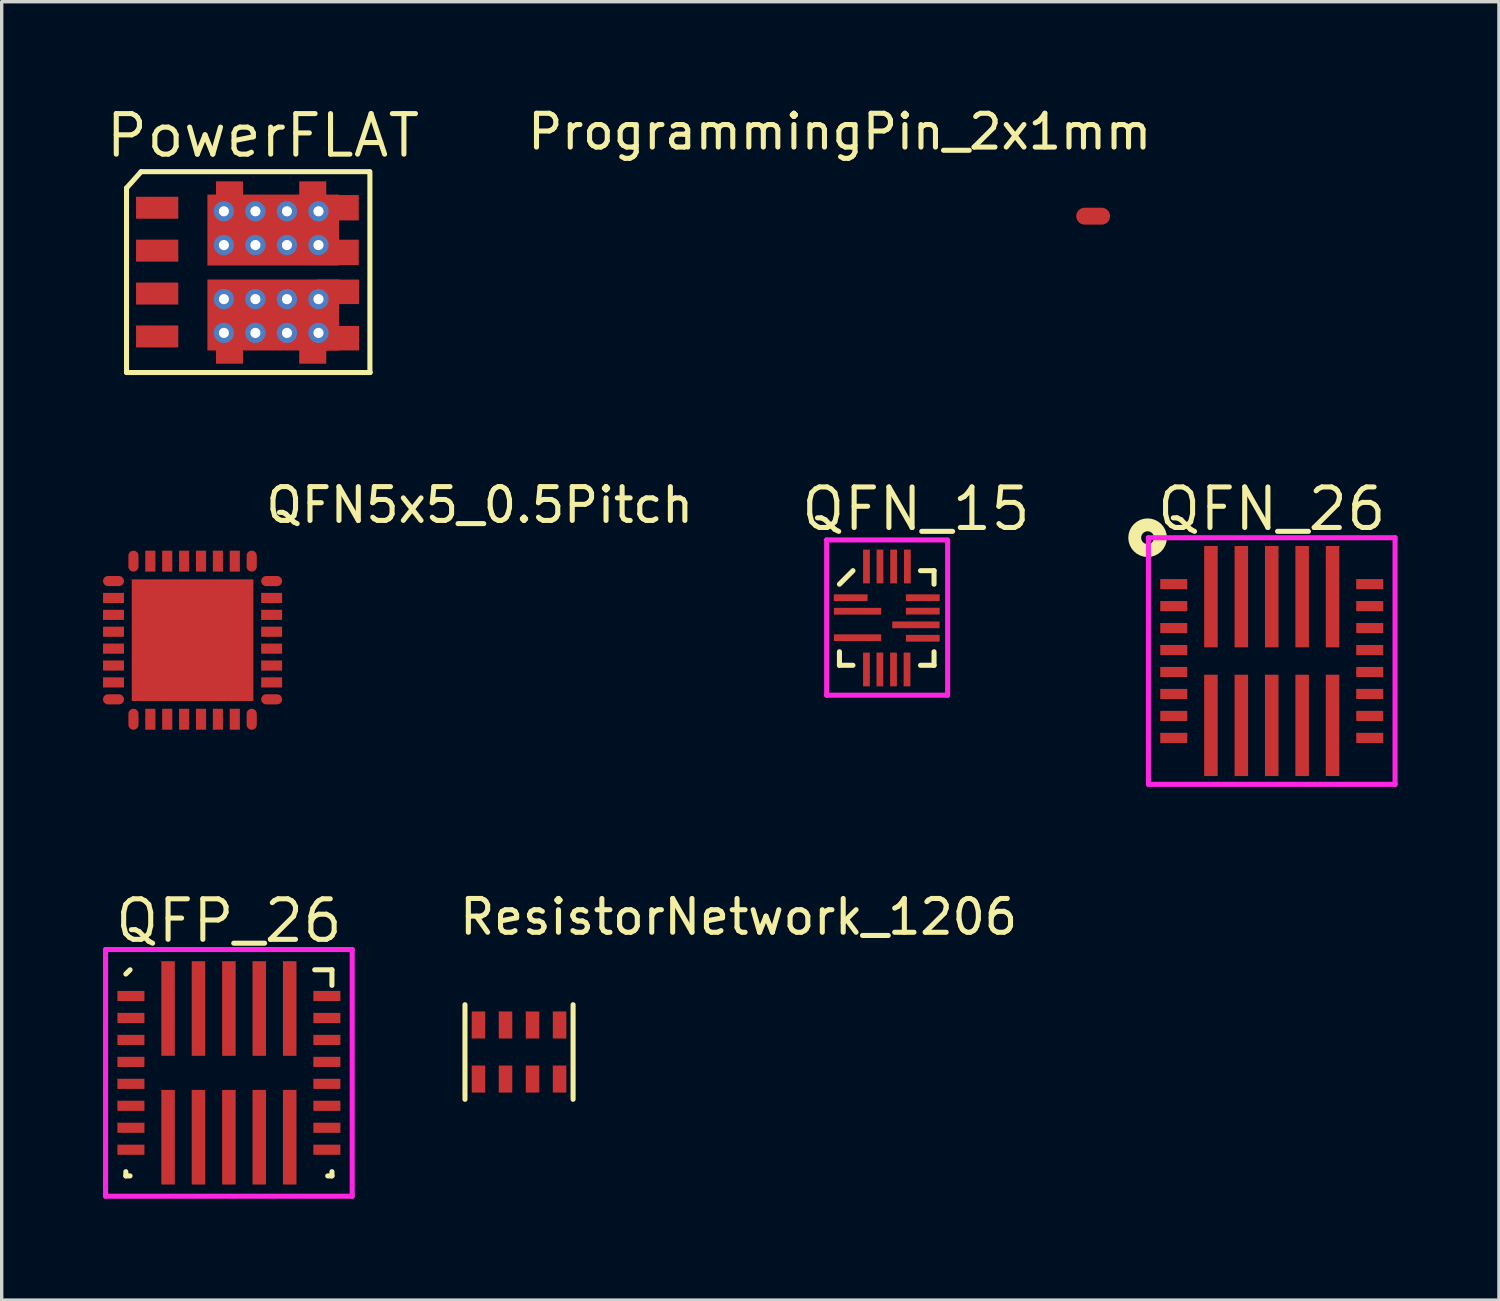
<source format=kicad_pcb>
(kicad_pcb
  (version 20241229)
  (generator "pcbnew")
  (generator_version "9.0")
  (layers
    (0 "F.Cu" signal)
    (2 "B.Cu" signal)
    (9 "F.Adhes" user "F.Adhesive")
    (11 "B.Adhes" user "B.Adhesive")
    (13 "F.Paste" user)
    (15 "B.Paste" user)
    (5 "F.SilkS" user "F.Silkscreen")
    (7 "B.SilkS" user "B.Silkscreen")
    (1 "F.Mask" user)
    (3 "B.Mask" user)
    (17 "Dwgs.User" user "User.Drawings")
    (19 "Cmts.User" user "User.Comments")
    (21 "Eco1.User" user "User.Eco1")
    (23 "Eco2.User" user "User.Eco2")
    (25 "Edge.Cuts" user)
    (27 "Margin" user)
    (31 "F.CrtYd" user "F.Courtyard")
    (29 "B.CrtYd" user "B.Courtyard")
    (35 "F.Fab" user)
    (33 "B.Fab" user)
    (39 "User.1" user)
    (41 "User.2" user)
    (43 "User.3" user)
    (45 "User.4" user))
  (footprint "QFN_26"
    (layer "F.Cu")
    (at 34.593 16.516)
    (property "Reference" "QFN_26" (at 0 -4.5 0) (layer "F.SilkS") (effects (font (size 1.2 1.2) (thickness 0.15))))
    (attr through_hole)
    (fp_circle (center -3.675 -3.65) (end -3.5 -3.575) (stroke (width 0.381) (type solid)) (fill no) (layer "F.SilkS"))
    (fp_line (start -3.65 -3.65) (end 3.65 -3.65) (stroke (width 0.15) (type solid)) (layer "F.CrtYd"))
    (fp_line (start -3.65 3.65) (end -3.65 -3.65) (stroke (width 0.15) (type solid)) (layer "F.CrtYd"))
    (fp_line (start 3.65 -3.65) (end 3.65 3.65) (stroke (width 0.15) (type solid)) (layer "F.CrtYd"))
    (fp_line (start 3.65 3.65) (end -3.65 3.65) (stroke (width 0.15) (type solid)) (layer "F.CrtYd"))
    (pad "1" smd rect (at -2.9 -2.275 90) (size 0.3 0.8) (layers "F.Cu" "F.Mask" "F.Paste"))
    (pad "2" smd rect (at -2.9 -1.625 90) (size 0.3 0.8) (layers "F.Cu" "F.Mask" "F.Paste"))
    (pad "3" smd rect (at -2.9 -0.975 90) (size 0.3 0.8) (layers "F.Cu" "F.Mask" "F.Paste"))
    (pad "4" smd rect (at -2.9 -0.325 90) (size 0.3 0.8) (layers "F.Cu" "F.Mask" "F.Paste"))
    (pad "5" smd rect (at -2.9 0.325 90) (size 0.3 0.8) (layers "F.Cu" "F.Mask" "F.Paste"))
    (pad "6" smd rect (at -2.9 0.975 90) (size 0.3 0.8) (layers "F.Cu" "F.Mask" "F.Paste"))
    (pad "7" smd rect (at -2.9 1.625 90) (size 0.3 0.8) (layers "F.Cu" "F.Mask" "F.Paste"))
    (pad "8" smd rect (at -2.9 2.275 90) (size 0.3 0.8) (layers "F.Cu" "F.Mask" "F.Paste"))
    (pad "9" smd rect (at -1.8 1.905) (size 0.4 3) (layers "F.Cu" "F.Mask" "F.Paste"))
    (pad "10" smd rect (at -0.9 1.905) (size 0.4 3) (layers "F.Cu" "F.Mask" "F.Paste"))
    (pad "11" smd rect (at 0 1.905) (size 0.4 3) (layers "F.Cu" "F.Mask" "F.Paste"))
    (pad "12" smd rect (at 0.9 1.905) (size 0.4 3) (layers "F.Cu" "F.Mask" "F.Paste"))
    (pad "13" smd rect (at 1.8 1.905) (size 0.4 3) (layers "F.Cu" "F.Mask" "F.Paste"))
    (pad "14" smd rect (at 2.9 2.275 90) (size 0.3 0.8) (layers "F.Cu" "F.Mask" "F.Paste"))
    (pad "15" smd rect (at 2.9 1.625 90) (size 0.3 0.8) (layers "F.Cu" "F.Mask" "F.Paste"))
    (pad "16" smd rect (at 2.9 0.975 90) (size 0.3 0.8) (layers "F.Cu" "F.Mask" "F.Paste"))
    (pad "17" smd rect (at 2.9 0.325 90) (size 0.3 0.8) (layers "F.Cu" "F.Mask" "F.Paste"))
    (pad "18" smd rect (at 2.9 -0.325 90) (size 0.3 0.8) (layers "F.Cu" "F.Mask" "F.Paste"))
    (pad "19" smd rect (at 2.9 -0.975 90) (size 0.3 0.8) (layers "F.Cu" "F.Mask" "F.Paste"))
    (pad "20" smd rect (at 2.9 -1.625 90) (size 0.3 0.8) (layers "F.Cu" "F.Mask" "F.Paste"))
    (pad "21" smd rect (at 2.9 -2.275 90) (size 0.3 0.8) (layers "F.Cu" "F.Mask" "F.Paste"))
    (pad "22" smd rect (at 1.8 -1.905) (size 0.4 3) (layers "F.Cu" "F.Mask" "F.Paste"))
    (pad "23" smd rect (at 0.9 -1.905) (size 0.4 3) (layers "F.Cu" "F.Mask" "F.Paste"))
    (pad "24" smd rect (at 0 -1.905) (size 0.4 3) (layers "F.Cu" "F.Mask" "F.Paste"))
    (pad "25" smd rect (at -0.9 -1.905) (size 0.4 3) (layers "F.Cu" "F.Mask" "F.Paste"))
    (pad "26" smd rect (at -1.8 -1.905) (size 0.4 3) (layers "F.Cu" "F.Mask" "F.Paste")))
  (footprint "QFN_15"
    (layer "F.Cu")
    (at 23.197 15.242)
    (property "Reference" "QFN_15" (at 0.864 -3.226 0) (layer "F.SilkS") (effects (font (size 1.2 1.2) (thickness 0.15))))
    (attr through_hole)
    (fp_line (start -1.4 -1) (end -1 -1.4) (stroke (width 0.15) (type solid)) (layer "F.SilkS"))
    (fp_line (start -1.4 1.4) (end -1.4 1) (stroke (width 0.15) (type solid)) (layer "F.SilkS"))
    (fp_line (start -1 1.4) (end -1.4 1.4) (stroke (width 0.15) (type solid)) (layer "F.SilkS"))
    (fp_line (start 1 -1.4) (end 1.4 -1.4) (stroke (width 0.15) (type solid)) (layer "F.SilkS"))
    (fp_line (start 1 1.4) (end 1.4 1.4) (stroke (width 0.15) (type solid)) (layer "F.SilkS"))
    (fp_line (start 1.4 -1.4) (end 1.4 -1) (stroke (width 0.15) (type solid)) (layer "F.SilkS"))
    (fp_line (start 1.4 1.4) (end 1.4 1) (stroke (width 0.15) (type solid)) (layer "F.SilkS"))
    (fp_line (start -1.778 -2.311) (end 1.803 -2.311) (stroke (width 0.15) (type solid)) (layer "F.CrtYd"))
    (fp_line (start -1.778 2.286) (end -1.778 -2.311) (stroke (width 0.15) (type solid)) (layer "F.CrtYd"))
    (fp_line (start 1.803 -2.286) (end 1.803 2.286) (stroke (width 0.15) (type solid)) (layer "F.CrtYd"))
    (fp_line (start 1.803 2.286) (end -1.778 2.286) (stroke (width 0.15) (type solid)) (layer "F.CrtYd"))
    (pad "1" smd rect (at -1.067 -0.6 90) (size 0.2 1) (layers "F.Cu" "F.Mask" "F.Paste"))
    (pad "2" smd rect (at -0.864 -0.2 90) (size 0.2 1.4) (layers "F.Cu" "F.Mask" "F.Paste"))
    (pad "3" smd rect (at -0.864 0.584 90) (size 0.2 1.4) (layers "F.Cu" "F.Mask" "F.Paste"))
    (pad "4" smd rect (at -0.6 1.524) (size 0.2 1) (layers "F.Cu" "F.Mask" "F.Paste"))
    (pad "5" smd rect (at -0.203 1.524) (size 0.2 1) (layers "F.Cu" "F.Mask" "F.Paste"))
    (pad "6" smd rect (at 0.2 1.524) (size 0.2 1) (layers "F.Cu" "F.Mask" "F.Paste"))
    (pad "7" smd rect (at 0.6 1.524) (size 0.2 1) (layers "F.Cu" "F.Mask" "F.Paste"))
    (pad "8" smd rect (at 1.067 0.6 90) (size 0.2 1) (layers "F.Cu" "F.Mask" "F.Paste"))
    (pad "9" smd rect (at 0.864 0.203 90) (size 0.2 1.4) (layers "F.Cu" "F.Mask" "F.Paste"))
    (pad "10" smd rect (at 1.067 -0.203 90) (size 0.2 1) (layers "F.Cu" "F.Mask" "F.Paste"))
    (pad "11" smd rect (at 1.067 -0.6 90) (size 0.2 1) (layers "F.Cu" "F.Mask" "F.Paste"))
    (pad "12" smd rect (at 0.61 -1.524) (size 0.2 1) (layers "F.Cu" "F.Mask" "F.Paste"))
    (pad "13" smd rect (at 0.203 -1.524) (size 0.2 1) (layers "F.Cu" "F.Mask" "F.Paste"))
    (pad "14" smd rect (at -0.2 -1.524) (size 0.2 1) (layers "F.Cu" "F.Mask" "F.Paste"))
    (pad "15" smd rect (at -0.6 -1.524) (size 0.2 1) (layers "F.Cu" "F.Mask" "F.Paste")))
  (footprint "QFN5x5_0.5Pitch"
    (layer "F.Cu")
    (at 2.65 15.899)
    (property "Reference" "QFN5x5_0.5Pitch" (at 8.5 -4 0) (layer "F.SilkS") (effects (font (size 1 1) (thickness 0.15))))
    (attr through_hole)
    (pad "1" smd oval (at -2.34 -1.75 270) (size 0.3 0.62) (layers "F.Cu" "F.Mask" "F.Paste"))
    (pad "2" smd rect (at -2.34 -1.25 270) (size 0.3 0.62) (layers "F.Cu" "F.Mask" "F.Paste"))
    (pad "3" smd rect (at -2.34 -0.75 270) (size 0.3 0.62) (layers "F.Cu" "F.Mask" "F.Paste"))
    (pad "4" smd rect (at -2.34 -0.25 270) (size 0.3 0.62) (layers "F.Cu" "F.Mask" "F.Paste"))
    (pad "5" smd rect (at -2.34 0.25 270) (size 0.3 0.62) (layers "F.Cu" "F.Mask" "F.Paste"))
    (pad "6" smd rect (at -2.34 0.75 270) (size 0.3 0.62) (layers "F.Cu" "F.Mask" "F.Paste"))
    (pad "7" smd rect (at -2.34 1.25 270) (size 0.3 0.62) (layers "F.Cu" "F.Mask" "F.Paste"))
    (pad "8" smd oval (at -2.34 1.75 270) (size 0.3 0.62) (layers "F.Cu" "F.Mask" "F.Paste"))
    (pad "9" smd oval (at -1.75 2.34) (size 0.3 0.62) (layers "F.Cu" "F.Mask" "F.Paste"))
    (pad "10" smd rect (at -1.25 2.34) (size 0.3 0.62) (layers "F.Cu" "F.Mask" "F.Paste"))
    (pad "11" smd rect (at -0.75 2.34) (size 0.3 0.62) (layers "F.Cu" "F.Mask" "F.Paste"))
    (pad "12" smd rect (at -0.25 2.34) (size 0.3 0.62) (layers "F.Cu" "F.Mask" "F.Paste"))
    (pad "13" smd rect (at 0.25 2.34) (size 0.3 0.62) (layers "F.Cu" "F.Mask" "F.Paste"))
    (pad "14" smd rect (at 0.75 2.34) (size 0.3 0.62) (layers "F.Cu" "F.Mask" "F.Paste"))
    (pad "15" smd rect (at 1.25 2.34) (size 0.3 0.62) (layers "F.Cu" "F.Mask" "F.Paste"))
    (pad "16" smd oval (at 1.75 2.34) (size 0.3 0.62) (layers "F.Cu" "F.Mask" "F.Paste"))
    (pad "17" smd oval (at 2.34 1.75 90) (size 0.3 0.62) (layers "F.Cu" "F.Mask" "F.Paste"))
    (pad "18" smd rect (at 2.34 1.25 90) (size 0.3 0.62) (layers "F.Cu" "F.Mask" "F.Paste"))
    (pad "19" smd rect (at 2.34 0.75 90) (size 0.3 0.62) (layers "F.Cu" "F.Mask" "F.Paste"))
    (pad "20" smd rect (at 2.34 0.25 90) (size 0.3 0.62) (layers "F.Cu" "F.Mask" "F.Paste"))
    (pad "21" smd rect (at 2.34 -0.25 90) (size 0.3 0.62) (layers "F.Cu" "F.Mask" "F.Paste"))
    (pad "22" smd rect (at 2.34 -0.75 90) (size 0.3 0.62) (layers "F.Cu" "F.Mask" "F.Paste"))
    (pad "23" smd rect (at 2.34 -1.25 90) (size 0.3 0.62) (layers "F.Cu" "F.Mask" "F.Paste"))
    (pad "24" smd oval (at 2.34 -1.75 90) (size 0.3 0.62) (layers "F.Cu" "F.Mask" "F.Paste"))
    (pad "25" smd oval (at 1.75 -2.34) (size 0.3 0.62) (layers "F.Cu" "F.Mask" "F.Paste"))
    (pad "26" smd rect (at 1.25 -2.34) (size 0.3 0.62) (layers "F.Cu" "F.Mask" "F.Paste"))
    (pad "27" smd rect (at 0.75 -2.34) (size 0.3 0.62) (layers "F.Cu" "F.Mask" "F.Paste"))
    (pad "28" smd rect (at 0.25 -2.34) (size 0.3 0.62) (layers "F.Cu" "F.Mask" "F.Paste"))
    (pad "29" smd rect (at -0.25 -2.34) (size 0.3 0.62) (layers "F.Cu" "F.Mask" "F.Paste"))
    (pad "30" smd rect (at -0.75 -2.34) (size 0.3 0.62) (layers "F.Cu" "F.Mask" "F.Paste"))
    (pad "31" smd rect (at -1.25 -2.34) (size 0.3 0.62) (layers "F.Cu" "F.Mask" "F.Paste"))
    (pad "32" smd oval (at -1.75 -2.34) (size 0.3 0.62) (layers "F.Cu" "F.Mask" "F.Paste"))
    (pad "33" smd rect (at 0 0) (size 3.6 3.6) (layers "F.Cu" "F.Mask" "F.Paste")))
  (footprint "PowerFLAT"
    (layer "F.Cu")
    (at 5.877 5.004)
    (property "Reference" "PowerFLAT" (at -1.143 -4.039 0) (layer "F.SilkS") (effects (font (size 1.2 1.2) (thickness 0.15))))
    (attr through_hole)
    (fp_line (start -5.182 2.972) (end 2.032 2.972) (stroke (width 0.15) (type solid)) (layer "F.SilkS"))
    (fp_line (start -5.182 -2.489) (end -5.182 2.972) (stroke (width 0.15) (type solid)) (layer "F.SilkS"))
    (fp_line (start -4.75 -2.972) (end -5.182 -2.489) (stroke (width 0.15) (type solid)) (layer "F.SilkS"))
    (fp_line (start 2.007 -2.972) (end -4.75 -2.972) (stroke (width 0.15) (type solid)) (layer "F.SilkS"))
    (fp_line (start 2.022 2.972) (end 2.022 -2.972) (stroke (width 0.15) (type solid)) (layer "F.SilkS"))
    (pad "1" smd rect (at -4.275 -1.905 270) (size 0.65 1.25) (layers "F.Cu" "F.Mask" "F.Paste"))
    (pad "2" smd rect (at -4.275 -0.635 270) (size 0.65 1.25) (layers "F.Cu" "F.Mask" "F.Paste"))
    (pad "3" smd rect (at -4.275 0.635 270) (size 0.65 1.25) (layers "F.Cu" "F.Mask" "F.Paste"))
    (pad "4" smd rect (at -4.275 1.905 270) (size 0.65 1.25) (layers "F.Cu" "F.Mask" "F.Paste"))
    (pad "5" thru_hole circle (at -2.3 0.8) (size 0.6 0.6) (drill 0.3) (layers "*.Cu" "*.Mask"))
    (pad "5" thru_hole circle (at -2.3 1.8) (size 0.6 0.6) (drill 0.3) (layers "*.Cu" "*.Mask"))
    (pad "5" smd rect (at -2.134 2.311 270) (size 0.8 0.8) (layers "F.Cu" "F.Mask"))
    (pad "5" thru_hole circle (at -1.367 0.8) (size 0.6 0.6) (drill 0.3) (layers "*.Cu" "*.Mask"))
    (pad "5" thru_hole circle (at -1.367 1.8) (size 0.6 0.6) (drill 0.3) (layers "*.Cu" "*.Mask"))
    (pad "5" smd rect (at -0.838 1.27 270) (size 2.1 3.9) (layers "F.Cu" "F.Mask" "F.Paste"))
    (pad "5" thru_hole circle (at -0.433 0.8) (size 0.6 0.6) (drill 0.3) (layers "*.Cu" "*.Mask"))
    (pad "5" thru_hole circle (at -0.433 1.8) (size 0.6 0.6) (drill 0.3) (layers "*.Cu" "*.Mask"))
    (pad "5" smd rect (at 0.33 2.311 270) (size 0.8 0.8) (layers "F.Cu" "F.Mask"))
    (pad "5" thru_hole circle (at 0.5 0.8) (size 0.6 0.6) (drill 0.3) (layers "*.Cu" "*.Mask"))
    (pad "5" thru_hole circle (at 0.5 1.8) (size 0.6 0.6) (drill 0.3) (layers "*.Cu" "*.Mask"))
    (pad "5" smd rect (at 1.075 0.584 270) (size 0.725 1.25) (layers "F.Cu" "F.Mask"))
    (pad "5" smd rect (at 1.075 1.956 270) (size 0.725 1.25) (layers "F.Cu" "F.Mask"))
    (pad "7" thru_hole circle (at -2.3 -1.8) (size 0.6 0.6) (drill 0.3) (layers "*.Cu" "*.Mask"))
    (pad "7" thru_hole circle (at -2.3 -0.8) (size 0.6 0.6) (drill 0.3) (layers "*.Cu" "*.Mask"))
    (pad "7" smd rect (at -2.134 -2.286 270) (size 0.8 0.8) (layers "F.Cu" "F.Mask"))
    (pad "7" thru_hole circle (at -1.367 -1.8) (size 0.6 0.6) (drill 0.3) (layers "*.Cu" "*.Mask"))
    (pad "7" thru_hole circle (at -1.367 -0.8) (size 0.6 0.6) (drill 0.3) (layers "*.Cu" "*.Mask"))
    (pad "7" smd rect (at -0.838 -1.245 270) (size 2.1 3.9) (layers "F.Cu" "F.Mask" "F.Paste"))
    (pad "7" thru_hole circle (at -0.433 -1.8) (size 0.6 0.6) (drill 0.3) (layers "*.Cu" "*.Mask"))
    (pad "7" thru_hole circle (at -0.433 -0.8) (size 0.6 0.6) (drill 0.3) (layers "*.Cu" "*.Mask"))
    (pad "7" smd rect (at 0.33 -2.286 270) (size 0.8 0.8) (layers "F.Cu" "F.Mask"))
    (pad "7" thru_hole circle (at 0.5 -1.8) (size 0.6 0.6) (drill 0.3) (layers "*.Cu" "*.Mask"))
    (pad "7" thru_hole circle (at 0.5 -0.8) (size 0.6 0.6) (drill 0.3) (layers "*.Cu" "*.Mask"))
    (pad "7" smd rect (at 1.067 -1.905 270) (size 0.75 1.25) (layers "F.Cu" "F.Mask"))
    (pad "7" smd rect (at 1.067 -0.584 270) (size 0.75 1.25) (layers "F.Cu" "F.Mask")))
  (footprint "ProgrammingPin_2x1mm"
    (layer "F.Cu")
    (at 29.306 3.348)
    (property "Reference" "ProgrammingPin_2x1mm" (at -7.5 -2.5 0) (layer "F.SilkS") (effects (font (size 1 1) (thickness 0.15))))
    (attr through_hole)
    (pad "1" smd oval (at 0 0) (size 1 0.5) (layers "F.Cu" "F.Mask" "F.Paste")))
  (footprint "QFP_26"
    (layer "F.Cu")
    (at 3.725 28.706)
    (property "Reference" "QFP_26" (at 0 -4.5 0) (layer "F.SilkS") (effects (font (size 1.2 1.2) (thickness 0.15))))
    (attr through_hole)
    (fp_line (start -3.05 -2.925) (end -2.925 -3.05) (stroke (width 0.15) (type solid)) (layer "F.SilkS"))
    (fp_line (start -3.05 3.05) (end -3.05 2.925) (stroke (width 0.15) (type solid)) (layer "F.SilkS"))
    (fp_line (start -2.925 3.05) (end -3.05 3.05) (stroke (width 0.15) (type solid)) (layer "F.SilkS"))
    (fp_line (start 2.54 -3.05) (end 3.05 -3.05) (stroke (width 0.15) (type solid)) (layer "F.SilkS"))
    (fp_line (start 2.925 3.05) (end 3.05 3.05) (stroke (width 0.15) (type solid)) (layer "F.SilkS"))
    (fp_line (start 3.05 -3.05) (end 3.05 -2.59) (stroke (width 0.15) (type solid)) (layer "F.SilkS"))
    (fp_line (start 3.05 3.05) (end 3.05 2.925) (stroke (width 0.15) (type solid)) (layer "F.SilkS"))
    (fp_line (start -3.65 -3.65) (end 3.65 -3.65) (stroke (width 0.15) (type solid)) (layer "F.CrtYd"))
    (fp_line (start -3.65 3.65) (end -3.65 -3.65) (stroke (width 0.15) (type solid)) (layer "F.CrtYd"))
    (fp_line (start 3.65 -3.65) (end 3.65 3.65) (stroke (width 0.15) (type solid)) (layer "F.CrtYd"))
    (fp_line (start 3.65 3.65) (end -3.65 3.65) (stroke (width 0.15) (type solid)) (layer "F.CrtYd"))
    (pad "1" smd rect (at -2.9 -2.275 90) (size 0.3 0.8) (layers "F.Cu" "F.Mask" "F.Paste"))
    (pad "2" smd rect (at -2.9 -1.625 90) (size 0.3 0.8) (layers "F.Cu" "F.Mask" "F.Paste"))
    (pad "3" smd rect (at -2.9 -0.975 90) (size 0.3 0.8) (layers "F.Cu" "F.Mask" "F.Paste"))
    (pad "4" smd rect (at -2.9 -0.325 90) (size 0.3 0.8) (layers "F.Cu" "F.Mask" "F.Paste"))
    (pad "5" smd rect (at -2.9 0.325 90) (size 0.3 0.8) (layers "F.Cu" "F.Mask" "F.Paste"))
    (pad "6" smd rect (at -2.9 0.975 90) (size 0.3 0.8) (layers "F.Cu" "F.Mask" "F.Paste"))
    (pad "7" smd rect (at -2.9 1.625 90) (size 0.3 0.8) (layers "F.Cu" "F.Mask" "F.Paste"))
    (pad "8" smd rect (at -2.9 2.275 90) (size 0.3 0.8) (layers "F.Cu" "F.Mask" "F.Paste"))
    (pad "9" smd rect (at -1.8 1.905) (size 0.4 2.8) (layers "F.Cu" "F.Mask" "F.Paste"))
    (pad "10" smd rect (at -0.9 1.905) (size 0.4 2.8) (layers "F.Cu" "F.Mask" "F.Paste"))
    (pad "11" smd rect (at 0 1.905) (size 0.4 2.8) (layers "F.Cu" "F.Mask" "F.Paste"))
    (pad "12" smd rect (at 0.9 1.905) (size 0.4 2.8) (layers "F.Cu" "F.Mask" "F.Paste"))
    (pad "13" smd rect (at 1.8 1.905) (size 0.4 2.8) (layers "F.Cu" "F.Mask" "F.Paste"))
    (pad "14" smd rect (at 2.9 2.275 90) (size 0.3 0.8) (layers "F.Cu" "F.Mask" "F.Paste"))
    (pad "15" smd rect (at 2.9 1.625 90) (size 0.3 0.8) (layers "F.Cu" "F.Mask" "F.Paste"))
    (pad "16" smd rect (at 2.9 0.975 90) (size 0.3 0.8) (layers "F.Cu" "F.Mask" "F.Paste"))
    (pad "17" smd rect (at 2.9 0.325 90) (size 0.3 0.8) (layers "F.Cu" "F.Mask" "F.Paste"))
    (pad "18" smd rect (at 2.9 -0.325 90) (size 0.3 0.8) (layers "F.Cu" "F.Mask" "F.Paste"))
    (pad "19" smd rect (at 2.9 -0.975 90) (size 0.3 0.8) (layers "F.Cu" "F.Mask" "F.Paste"))
    (pad "20" smd rect (at 2.9 -1.625 90) (size 0.3 0.8) (layers "F.Cu" "F.Mask" "F.Paste"))
    (pad "21" smd rect (at 2.9 -2.275 90) (size 0.3 0.8) (layers "F.Cu" "F.Mask" "F.Paste"))
    (pad "22" smd rect (at 1.8 -1.905) (size 0.4 2.8) (layers "F.Cu" "F.Mask" "F.Paste"))
    (pad "23" smd rect (at 0.9 -1.905) (size 0.4 2.8) (layers "F.Cu" "F.Mask" "F.Paste"))
    (pad "24" smd rect (at 0 -1.905) (size 0.4 2.8) (layers "F.Cu" "F.Mask" "F.Paste"))
    (pad "25" smd rect (at -0.9 -1.905) (size 0.4 2.8) (layers "F.Cu" "F.Mask" "F.Paste"))
    (pad "26" smd rect (at -1.8 -1.905) (size 0.4 2.8) (layers "F.Cu" "F.Mask" "F.Paste")))
  (footprint "ResistorNetwork_1206"
    (layer "F.Cu")
    (at 12.313 28.089)
    (property "Reference" "ResistorNetwork_1206" (at 6.5 -4 0) (layer "F.SilkS") (effects (font (size 1 1) (thickness 0.15))))
    (attr through_hole)
    (fp_line (start -1.6 -1.4) (end -1.6 1.4) (stroke (width 0.15) (type solid)) (layer "F.SilkS"))
    (fp_line (start 1.6 1.4) (end 1.6 -1.4) (stroke (width 0.15) (type solid)) (layer "F.SilkS"))
    (pad "1" smd rect (at -1.2 0.8) (size 0.4 0.8) (layers "F.Cu" "F.Mask" "F.Paste"))
    (pad "2" smd rect (at -0.4 0.8) (size 0.4 0.8) (layers "F.Cu" "F.Mask" "F.Paste"))
    (pad "3" smd rect (at 0.4 0.8) (size 0.4 0.8) (layers "F.Cu" "F.Mask" "F.Paste"))
    (pad "4" smd rect (at 1.2 0.8) (size 0.4 0.8) (layers "F.Cu" "F.Mask" "F.Paste"))
    (pad "5" smd rect (at 1.2 -0.8) (size 0.4 0.8) (layers "F.Cu" "F.Mask" "F.Paste"))
    (pad "6" smd rect (at 0.4 -0.8) (size 0.4 0.8) (layers "F.Cu" "F.Mask" "F.Paste"))
    (pad "7" smd rect (at -0.4 -0.8) (size 0.4 0.8) (layers "F.Cu" "F.Mask" "F.Paste"))
    (pad "8" smd rect (at -1.2 -0.8) (size 0.4 0.8) (layers "F.Cu" "F.Mask" "F.Paste")))
  (gr_rect
    (start -3 -3)
    (end 41.318 35.431)
    (stroke (width 0.1) (type default))
    (fill no)
    (layer "Edge.Cuts")))
</source>
